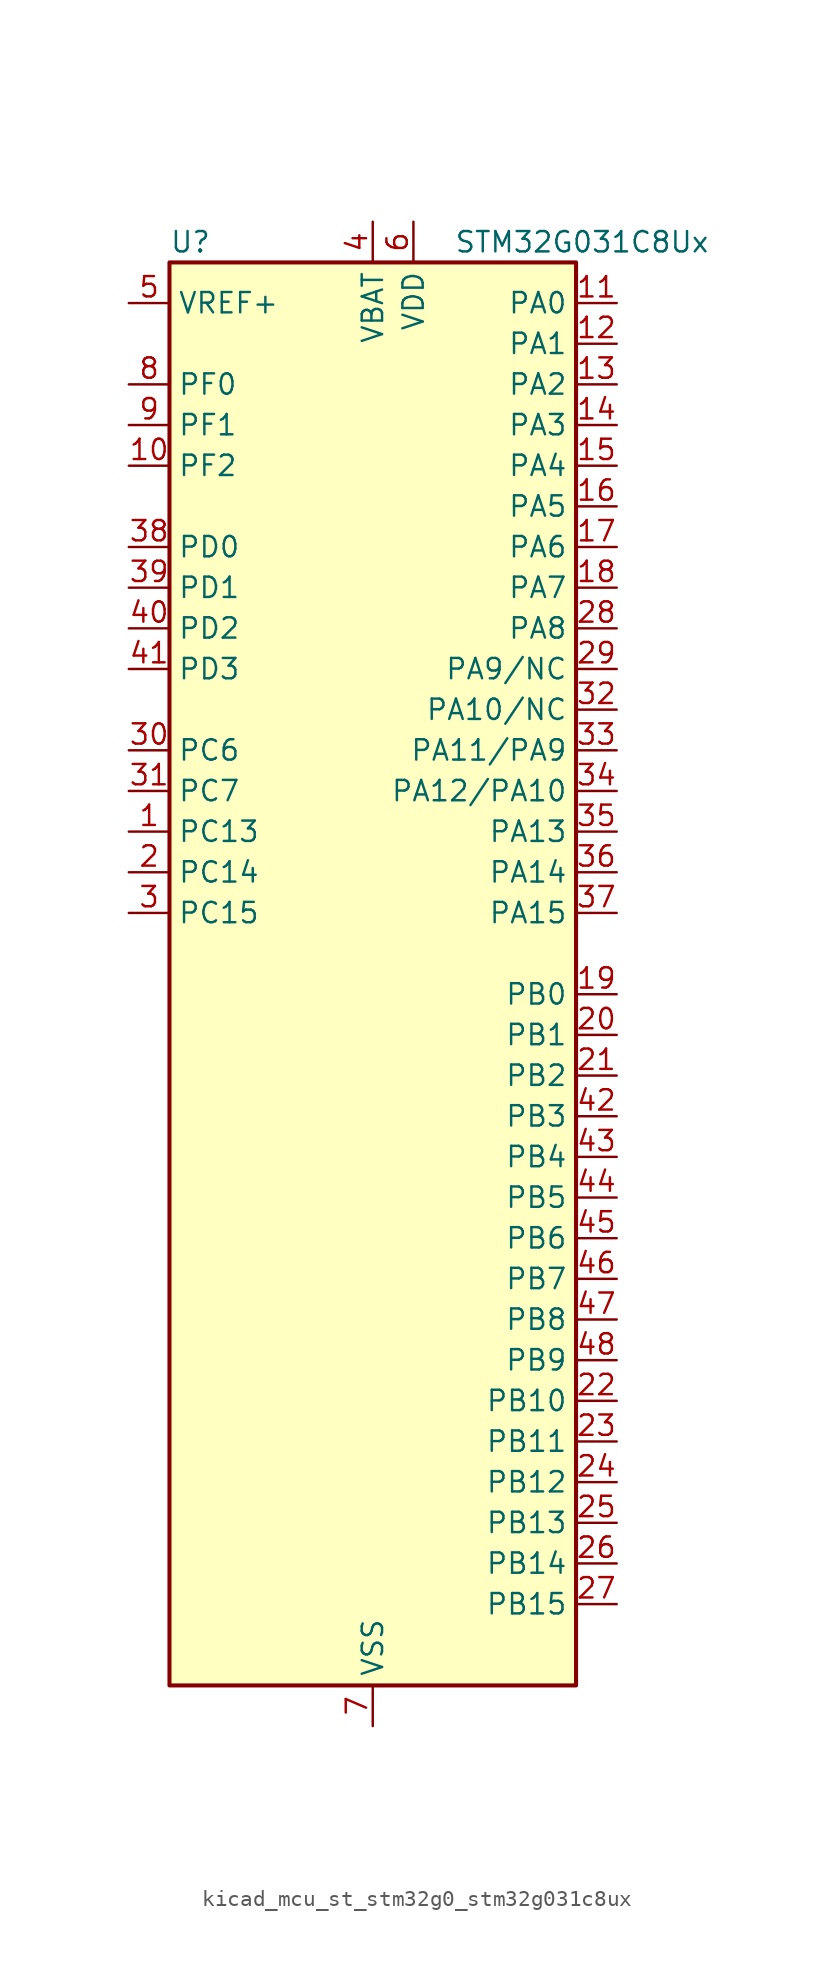
<source format=kicad_sym>
(kicad_symbol_lib
  (version 20220914)
  (generator kicad_symbol_editor)
  (symbol "kicad_mcu_st_stm32g0_stm32g031c8ux"
    (property "Reference" "U"
      (at -12.7 46.99 0)
      (effects (font (size 1.27 1.27)) (justify left)))
    (property "Value" "STM32G031C8Ux"
      (at 5.08 46.99 0)
      (effects (font (size 1.27 1.27)) (justify left)))
    (property "ki_locked" ""
      (at 0 0 0)
      (effects (font (size 1.27 1.27))))
    (symbol "kicad_mcu_st_stm32g0_stm32g031c8ux_0_1"
      (rectangle (start -12.7 -43.18) (end 12.7 45.72) (stroke (width 0.254) (type default)) (fill (type background))))
    (symbol "kicad_mcu_st_stm32g0_stm32g031c8ux_1_1"
      (pin bidirectional line (at -15.24 10.16 0) (length 2.54) (name "PC13" (effects (font (size 1.27 1.27)))) (number "1" (effects (font (size 1.27 1.27)))) (alternate "RTC_OUT_ALARM" bidirectional line) (alternate "RTC_OUT_CALIB" bidirectional line) (alternate "RTC_TAMP_IN1" bidirectional line) (alternate "RTC_TS" bidirectional line) (alternate "SYS_WKUP2" bidirectional line) (alternate "TIM1_BK" bidirectional line))
      (pin bidirectional line (at -15.24 33.02 0) (length 2.54) (name "PF2" (effects (font (size 1.27 1.27)))) (number "10" (effects (font (size 1.27 1.27)))) (alternate "RCC_MCO" bidirectional line))
      (pin bidirectional line (at 15.24 43.18 180) (length 2.54) (name "PA0" (effects (font (size 1.27 1.27)))) (number "11" (effects (font (size 1.27 1.27)))) (alternate "ADC1_IN0" bidirectional line) (alternate "LPTIM1_OUT" bidirectional line) (alternate "RTC_TAMP_IN2" bidirectional line) (alternate "SPI2_SCK" bidirectional line) (alternate "SYS_WKUP1" bidirectional line) (alternate "TIM2_CH1" bidirectional line) (alternate "TIM2_ETR" bidirectional line) (alternate "USART2_CTS" bidirectional line) (alternate "USART2_NSS" bidirectional line))
      (pin bidirectional line (at 15.24 40.64 180) (length 2.54) (name "PA1" (effects (font (size 1.27 1.27)))) (number "12" (effects (font (size 1.27 1.27)))) (alternate "ADC1_IN1" bidirectional line) (alternate "I2C1_SMBA" bidirectional line) (alternate "I2S1_CK" bidirectional line) (alternate "SPI1_SCK" bidirectional line) (alternate "TIM2_CH2" bidirectional line) (alternate "USART2_CK" bidirectional line) (alternate "USART2_DE" bidirectional line) (alternate "USART2_RTS" bidirectional line))
      (pin bidirectional line (at 15.24 38.1 180) (length 2.54) (name "PA2" (effects (font (size 1.27 1.27)))) (number "13" (effects (font (size 1.27 1.27)))) (alternate "ADC1_IN2" bidirectional line) (alternate "I2S1_SD" bidirectional line) (alternate "LPUART1_TX" bidirectional line) (alternate "RCC_LSCO" bidirectional line) (alternate "SPI1_MOSI" bidirectional line) (alternate "SYS_WKUP4" bidirectional line) (alternate "TIM2_CH3" bidirectional line) (alternate "USART2_TX" bidirectional line))
      (pin bidirectional line (at 15.24 35.56 180) (length 2.54) (name "PA3" (effects (font (size 1.27 1.27)))) (number "14" (effects (font (size 1.27 1.27)))) (alternate "ADC1_IN3" bidirectional line) (alternate "LPUART1_RX" bidirectional line) (alternate "SPI2_MISO" bidirectional line) (alternate "TIM2_CH4" bidirectional line) (alternate "USART2_RX" bidirectional line))
      (pin bidirectional line (at 15.24 33.02 180) (length 2.54) (name "PA4" (effects (font (size 1.27 1.27)))) (number "15" (effects (font (size 1.27 1.27)))) (alternate "ADC1_IN4" bidirectional line) (alternate "I2S1_WS" bidirectional line) (alternate "LPTIM2_OUT" bidirectional line) (alternate "RTC_OUT_ALARM" bidirectional line) (alternate "RTC_OUT_CALIB" bidirectional line) (alternate "SPI1_NSS" bidirectional line) (alternate "SPI2_MOSI" bidirectional line) (alternate "TIM14_CH1" bidirectional line))
      (pin bidirectional line (at 15.24 30.48 180) (length 2.54) (name "PA5" (effects (font (size 1.27 1.27)))) (number "16" (effects (font (size 1.27 1.27)))) (alternate "ADC1_IN5" bidirectional line) (alternate "I2S1_CK" bidirectional line) (alternate "LPTIM2_ETR" bidirectional line) (alternate "SPI1_SCK" bidirectional line) (alternate "TIM2_CH1" bidirectional line) (alternate "TIM2_ETR" bidirectional line))
      (pin bidirectional line (at 15.24 27.94 180) (length 2.54) (name "PA6" (effects (font (size 1.27 1.27)))) (number "17" (effects (font (size 1.27 1.27)))) (alternate "ADC1_IN6" bidirectional line) (alternate "I2S1_MCK" bidirectional line) (alternate "LPUART1_CTS" bidirectional line) (alternate "SPI1_MISO" bidirectional line) (alternate "TIM16_CH1" bidirectional line) (alternate "TIM1_BK" bidirectional line) (alternate "TIM3_CH1" bidirectional line))
      (pin bidirectional line (at 15.24 25.4 180) (length 2.54) (name "PA7" (effects (font (size 1.27 1.27)))) (number "18" (effects (font (size 1.27 1.27)))) (alternate "ADC1_IN7" bidirectional line) (alternate "I2S1_SD" bidirectional line) (alternate "SPI1_MOSI" bidirectional line) (alternate "TIM14_CH1" bidirectional line) (alternate "TIM17_CH1" bidirectional line) (alternate "TIM1_CH1N" bidirectional line) (alternate "TIM3_CH2" bidirectional line))
      (pin bidirectional line (at 15.24 0 180) (length 2.54) (name "PB0" (effects (font (size 1.27 1.27)))) (number "19" (effects (font (size 1.27 1.27)))) (alternate "ADC1_IN8" bidirectional line) (alternate "I2S1_WS" bidirectional line) (alternate "LPTIM1_OUT" bidirectional line) (alternate "SPI1_NSS" bidirectional line) (alternate "TIM1_CH2N" bidirectional line) (alternate "TIM3_CH3" bidirectional line))
      (pin bidirectional line (at -15.24 7.62 0) (length 2.54) (name "PC14" (effects (font (size 1.27 1.27)))) (number "2" (effects (font (size 1.27 1.27)))) (alternate "RCC_OSC32_IN" bidirectional line) (alternate "TIM1_BK2" bidirectional line))
      (pin bidirectional line (at 15.24 -2.54 180) (length 2.54) (name "PB1" (effects (font (size 1.27 1.27)))) (number "20" (effects (font (size 1.27 1.27)))) (alternate "ADC1_IN9" bidirectional line) (alternate "LPTIM2_IN1" bidirectional line) (alternate "LPUART1_DE" bidirectional line) (alternate "LPUART1_RTS" bidirectional line) (alternate "TIM14_CH1" bidirectional line) (alternate "TIM1_CH3N" bidirectional line) (alternate "TIM3_CH4" bidirectional line))
      (pin bidirectional line (at 15.24 -5.08 180) (length 2.54) (name "PB2" (effects (font (size 1.27 1.27)))) (number "21" (effects (font (size 1.27 1.27)))) (alternate "ADC1_IN10" bidirectional line) (alternate "LPTIM1_OUT" bidirectional line) (alternate "SPI2_MISO" bidirectional line))
      (pin bidirectional line (at 15.24 -25.4 180) (length 2.54) (name "PB10" (effects (font (size 1.27 1.27)))) (number "22" (effects (font (size 1.27 1.27)))) (alternate "ADC1_IN11" bidirectional line) (alternate "I2C2_SCL" bidirectional line) (alternate "LPUART1_RX" bidirectional line) (alternate "SPI2_SCK" bidirectional line) (alternate "TIM2_CH3" bidirectional line))
      (pin bidirectional line (at 15.24 -27.94 180) (length 2.54) (name "PB11" (effects (font (size 1.27 1.27)))) (number "23" (effects (font (size 1.27 1.27)))) (alternate "ADC1_EXTI11" bidirectional line) (alternate "ADC1_IN15" bidirectional line) (alternate "I2C2_SDA" bidirectional line) (alternate "LPUART1_TX" bidirectional line) (alternate "SPI2_MOSI" bidirectional line) (alternate "TIM2_CH4" bidirectional line))
      (pin bidirectional line (at 15.24 -30.48 180) (length 2.54) (name "PB12" (effects (font (size 1.27 1.27)))) (number "24" (effects (font (size 1.27 1.27)))) (alternate "ADC1_IN16" bidirectional line) (alternate "LPUART1_DE" bidirectional line) (alternate "LPUART1_RTS" bidirectional line) (alternate "SPI2_NSS" bidirectional line) (alternate "TIM1_BK" bidirectional line))
      (pin bidirectional line (at 15.24 -33.02 180) (length 2.54) (name "PB13" (effects (font (size 1.27 1.27)))) (number "25" (effects (font (size 1.27 1.27)))) (alternate "I2C2_SCL" bidirectional line) (alternate "LPUART1_CTS" bidirectional line) (alternate "SPI2_SCK" bidirectional line) (alternate "TIM1_CH1N" bidirectional line))
      (pin bidirectional line (at 15.24 -35.56 180) (length 2.54) (name "PB14" (effects (font (size 1.27 1.27)))) (number "26" (effects (font (size 1.27 1.27)))) (alternate "I2C2_SDA" bidirectional line) (alternate "SPI2_MISO" bidirectional line) (alternate "TIM1_CH2N" bidirectional line))
      (pin bidirectional line (at 15.24 -38.1 180) (length 2.54) (name "PB15" (effects (font (size 1.27 1.27)))) (number "27" (effects (font (size 1.27 1.27)))) (alternate "RTC_REFIN" bidirectional line) (alternate "SPI2_MOSI" bidirectional line) (alternate "TIM1_CH3N" bidirectional line))
      (pin bidirectional line (at 15.24 22.86 180) (length 2.54) (name "PA8" (effects (font (size 1.27 1.27)))) (number "28" (effects (font (size 1.27 1.27)))) (alternate "LPTIM2_OUT" bidirectional line) (alternate "RCC_MCO" bidirectional line) (alternate "SPI2_NSS" bidirectional line) (alternate "TIM1_CH1" bidirectional line))
      (pin bidirectional line (at 15.24 20.32 180) (length 2.54) (name "PA9/NC" (effects (font (size 1.27 1.27)))) (number "29" (effects (font (size 1.27 1.27)))) (alternate "I2C1_SCL" bidirectional line) (alternate "RCC_MCO" bidirectional line) (alternate "SPI2_MISO" bidirectional line) (alternate "TIM1_CH2" bidirectional line) (alternate "USART1_TX" bidirectional line))
      (pin bidirectional line (at -15.24 5.08 0) (length 2.54) (name "PC15" (effects (font (size 1.27 1.27)))) (number "3" (effects (font (size 1.27 1.27)))) (alternate "RCC_OSC32_EN" bidirectional line) (alternate "RCC_OSC32_OUT" bidirectional line) (alternate "RCC_OSC_EN" bidirectional line))
      (pin bidirectional line (at -15.24 15.24 0) (length 2.54) (name "PC6" (effects (font (size 1.27 1.27)))) (number "30" (effects (font (size 1.27 1.27)))) (alternate "TIM2_CH3" bidirectional line) (alternate "TIM3_CH1" bidirectional line))
      (pin bidirectional line (at -15.24 12.7 0) (length 2.54) (name "PC7" (effects (font (size 1.27 1.27)))) (number "31" (effects (font (size 1.27 1.27)))) (alternate "TIM2_CH4" bidirectional line) (alternate "TIM3_CH2" bidirectional line))
      (pin bidirectional line (at 15.24 17.78 180) (length 2.54) (name "PA10/NC" (effects (font (size 1.27 1.27)))) (number "32" (effects (font (size 1.27 1.27)))) (alternate "I2C1_SDA" bidirectional line) (alternate "SPI2_MOSI" bidirectional line) (alternate "TIM17_BK" bidirectional line) (alternate "TIM1_CH3" bidirectional line) (alternate "USART1_RX" bidirectional line))
      (pin bidirectional line (at 15.24 15.24 180) (length 2.54) (name "PA11/PA9" (effects (font (size 1.27 1.27)))) (number "33" (effects (font (size 1.27 1.27)))) (alternate "ADC1_EXTI11" bidirectional line) (alternate "I2C2_SCL" bidirectional line) (alternate "I2S1_MCK" bidirectional line) (alternate "SPI1_MISO" bidirectional line) (alternate "TIM1_BK2" bidirectional line) (alternate "TIM1_CH4" bidirectional line) (alternate "USART1_CTS" bidirectional line) (alternate "USART1_NSS" bidirectional line))
      (pin bidirectional line (at 15.24 12.7 180) (length 2.54) (name "PA12/PA10" (effects (font (size 1.27 1.27)))) (number "34" (effects (font (size 1.27 1.27)))) (alternate "I2C2_SDA" bidirectional line) (alternate "I2S1_SD" bidirectional line) (alternate "I2S_CKIN" bidirectional line) (alternate "SPI1_MOSI" bidirectional line) (alternate "TIM1_ETR" bidirectional line) (alternate "USART1_CK" bidirectional line) (alternate "USART1_DE" bidirectional line) (alternate "USART1_RTS" bidirectional line))
      (pin bidirectional line (at 15.24 10.16 180) (length 2.54) (name "PA13" (effects (font (size 1.27 1.27)))) (number "35" (effects (font (size 1.27 1.27)))) (alternate "ADC1_IN17" bidirectional line) (alternate "IR_OUT" bidirectional line) (alternate "SYS_SWDIO" bidirectional line))
      (pin bidirectional line (at 15.24 7.62 180) (length 2.54) (name "PA14" (effects (font (size 1.27 1.27)))) (number "36" (effects (font (size 1.27 1.27)))) (alternate "ADC1_IN18" bidirectional line) (alternate "SYS_SWCLK" bidirectional line) (alternate "USART2_TX" bidirectional line))
      (pin bidirectional line (at 15.24 5.08 180) (length 2.54) (name "PA15" (effects (font (size 1.27 1.27)))) (number "37" (effects (font (size 1.27 1.27)))) (alternate "I2S1_WS" bidirectional line) (alternate "SPI1_NSS" bidirectional line) (alternate "TIM2_CH1" bidirectional line) (alternate "TIM2_ETR" bidirectional line) (alternate "USART2_RX" bidirectional line))
      (pin bidirectional line (at -15.24 27.94 0) (length 2.54) (name "PD0" (effects (font (size 1.27 1.27)))) (number "38" (effects (font (size 1.27 1.27)))) (alternate "SPI2_NSS" bidirectional line) (alternate "TIM16_CH1" bidirectional line))
      (pin bidirectional line (at -15.24 25.4 0) (length 2.54) (name "PD1" (effects (font (size 1.27 1.27)))) (number "39" (effects (font (size 1.27 1.27)))) (alternate "SPI2_SCK" bidirectional line) (alternate "TIM17_CH1" bidirectional line))
      (pin power_in line (at 0 48.26 270) (length 2.54) (name "VBAT" (effects (font (size 1.27 1.27)))) (number "4" (effects (font (size 1.27 1.27)))))
      (pin bidirectional line (at -15.24 22.86 0) (length 2.54) (name "PD2" (effects (font (size 1.27 1.27)))) (number "40" (effects (font (size 1.27 1.27)))) (alternate "TIM1_CH1N" bidirectional line) (alternate "TIM3_ETR" bidirectional line))
      (pin bidirectional line (at -15.24 20.32 0) (length 2.54) (name "PD3" (effects (font (size 1.27 1.27)))) (number "41" (effects (font (size 1.27 1.27)))) (alternate "SPI2_MISO" bidirectional line) (alternate "TIM1_CH2N" bidirectional line) (alternate "USART2_CTS" bidirectional line) (alternate "USART2_NSS" bidirectional line))
      (pin bidirectional line (at 15.24 -7.62 180) (length 2.54) (name "PB3" (effects (font (size 1.27 1.27)))) (number "42" (effects (font (size 1.27 1.27)))) (alternate "I2S1_CK" bidirectional line) (alternate "SPI1_SCK" bidirectional line) (alternate "TIM1_CH2" bidirectional line) (alternate "TIM2_CH2" bidirectional line) (alternate "USART1_CK" bidirectional line) (alternate "USART1_DE" bidirectional line) (alternate "USART1_RTS" bidirectional line))
      (pin bidirectional line (at 15.24 -10.16 180) (length 2.54) (name "PB4" (effects (font (size 1.27 1.27)))) (number "43" (effects (font (size 1.27 1.27)))) (alternate "I2S1_MCK" bidirectional line) (alternate "SPI1_MISO" bidirectional line) (alternate "TIM17_BK" bidirectional line) (alternate "TIM3_CH1" bidirectional line) (alternate "USART1_CTS" bidirectional line) (alternate "USART1_NSS" bidirectional line))
      (pin bidirectional line (at 15.24 -12.7 180) (length 2.54) (name "PB5" (effects (font (size 1.27 1.27)))) (number "44" (effects (font (size 1.27 1.27)))) (alternate "I2C1_SMBA" bidirectional line) (alternate "I2S1_SD" bidirectional line) (alternate "LPTIM1_IN1" bidirectional line) (alternate "SPI1_MOSI" bidirectional line) (alternate "SYS_WKUP6" bidirectional line) (alternate "TIM16_BK" bidirectional line) (alternate "TIM3_CH2" bidirectional line))
      (pin bidirectional line (at 15.24 -15.24 180) (length 2.54) (name "PB6" (effects (font (size 1.27 1.27)))) (number "45" (effects (font (size 1.27 1.27)))) (alternate "I2C1_SCL" bidirectional line) (alternate "LPTIM1_ETR" bidirectional line) (alternate "SPI2_MISO" bidirectional line) (alternate "TIM16_CH1N" bidirectional line) (alternate "TIM1_CH3" bidirectional line) (alternate "USART1_TX" bidirectional line))
      (pin bidirectional line (at 15.24 -17.78 180) (length 2.54) (name "PB7" (effects (font (size 1.27 1.27)))) (number "46" (effects (font (size 1.27 1.27)))) (alternate "I2C1_SDA" bidirectional line) (alternate "LPTIM1_IN2" bidirectional line) (alternate "SPI2_MOSI" bidirectional line) (alternate "SYS_PVD_IN" bidirectional line) (alternate "TIM17_CH1N" bidirectional line) (alternate "USART1_RX" bidirectional line))
      (pin bidirectional line (at 15.24 -20.32 180) (length 2.54) (name "PB8" (effects (font (size 1.27 1.27)))) (number "47" (effects (font (size 1.27 1.27)))) (alternate "I2C1_SCL" bidirectional line) (alternate "SPI2_SCK" bidirectional line) (alternate "TIM16_CH1" bidirectional line))
      (pin bidirectional line (at 15.24 -22.86 180) (length 2.54) (name "PB9" (effects (font (size 1.27 1.27)))) (number "48" (effects (font (size 1.27 1.27)))) (alternate "I2C1_SDA" bidirectional line) (alternate "IR_OUT" bidirectional line) (alternate "SPI2_NSS" bidirectional line) (alternate "TIM17_CH1" bidirectional line))
      (pin passive line (at 0 -45.72 90) (length 2.54) hide (name "VSS" (effects (font (size 1.27 1.27)))) (number "49" (effects (font (size 1.27 1.27)))))
      (pin input line (at -15.24 43.18 0) (length 2.54) (name "VREF+" (effects (font (size 1.27 1.27)))) (number "5" (effects (font (size 1.27 1.27)))) (alternate "VREFBUF_OUT" bidirectional line))
      (pin power_in line (at 2.54 48.26 270) (length 2.54) (name "VDD" (effects (font (size 1.27 1.27)))) (number "6" (effects (font (size 1.27 1.27)))))
      (pin power_in line (at 0 -45.72 90) (length 2.54) (name "VSS" (effects (font (size 1.27 1.27)))) (number "7" (effects (font (size 1.27 1.27)))))
      (pin bidirectional line (at -15.24 38.1 0) (length 2.54) (name "PF0" (effects (font (size 1.27 1.27)))) (number "8" (effects (font (size 1.27 1.27)))) (alternate "RCC_OSC_IN" bidirectional line) (alternate "TIM14_CH1" bidirectional line))
      (pin bidirectional line (at -15.24 35.56 0) (length 2.54) (name "PF1" (effects (font (size 1.27 1.27)))) (number "9" (effects (font (size 1.27 1.27)))) (alternate "RCC_OSC_EN" bidirectional line) (alternate "RCC_OSC_OUT" bidirectional line)))))
</source>
